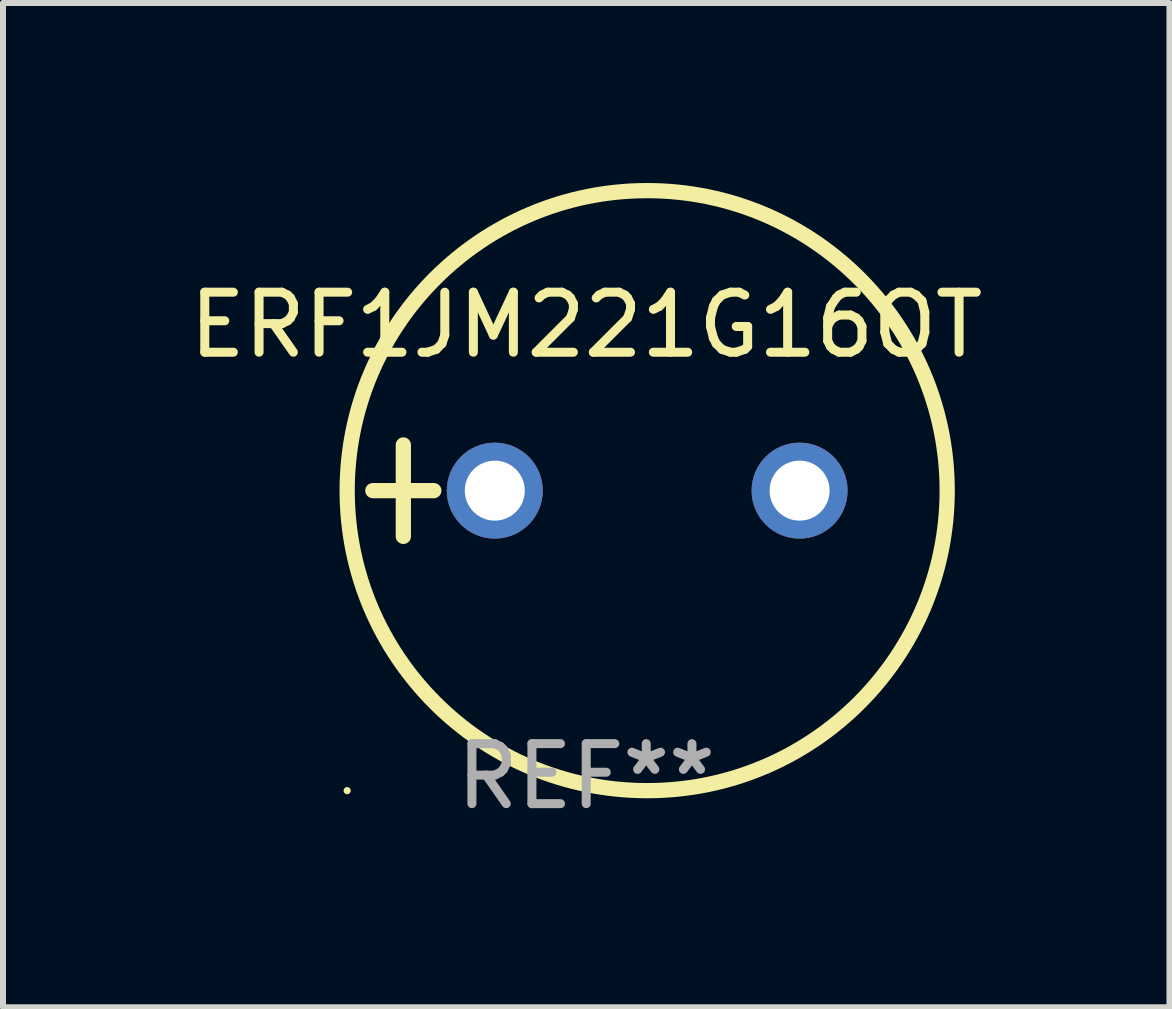
<source format=kicad_pcb>
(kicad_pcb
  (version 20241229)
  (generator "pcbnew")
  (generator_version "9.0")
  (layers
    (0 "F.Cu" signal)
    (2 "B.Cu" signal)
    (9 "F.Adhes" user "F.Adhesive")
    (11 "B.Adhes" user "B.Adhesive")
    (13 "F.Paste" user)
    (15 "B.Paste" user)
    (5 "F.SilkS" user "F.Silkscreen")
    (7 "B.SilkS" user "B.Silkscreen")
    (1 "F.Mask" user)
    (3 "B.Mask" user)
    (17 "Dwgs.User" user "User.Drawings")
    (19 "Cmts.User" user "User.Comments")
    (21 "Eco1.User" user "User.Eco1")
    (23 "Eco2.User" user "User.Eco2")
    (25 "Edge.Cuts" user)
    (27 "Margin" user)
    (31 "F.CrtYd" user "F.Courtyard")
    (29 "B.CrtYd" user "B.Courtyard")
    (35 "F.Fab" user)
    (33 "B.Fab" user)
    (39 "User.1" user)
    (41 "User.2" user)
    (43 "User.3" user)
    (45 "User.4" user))
  (footprint "ERF1JM221G16OT"
    (layer "F.Cu")
    (at 6.72 5.127)
    (property "Reference" "ERF1JM221G16OT" (at 0 -2.762 0) (layer "F.SilkS") (effects (font (size 1 1) (thickness 0.15))))
    (attr through_hole)
    (fp_line (start -3.556 0) (end -2.54 0) (stroke (width 0.254) (type solid)) (layer "F.SilkS"))
    (fp_line (start -3.048 -0.762) (end -3.048 0.762) (stroke (width 0.254) (type solid)) (layer "F.SilkS"))
    (fp_circle (center -3.984 5) (end -3.954 5) (stroke (width 0.06) (type solid)) (fill no) (layer "F.SilkS"))
    (fp_circle (center 1.016 0) (end 6.016 0) (stroke (width 0.254) (type solid)) (fill no) (layer "F.SilkS"))
    (fp_text user "REF**" (at 0 4.762 0) (layer "F.Fab") (effects (font (size 1 1) (thickness 0.15))))
    (pad "1" thru_hole circle (at -1.524 0) (size 1.6 1.6) (drill 1) (layers "*.Cu" "*.Mask"))
    (pad "2" thru_hole circle (at 3.556 0) (size 1.6 1.6) (drill 1) (layers "*.Cu" "*.Mask")))
  (gr_rect
    (start -3 -3)
    (end 16.44 13.737)
    (stroke (width 0.1) (type default))
    (fill no)
    (layer "Edge.Cuts")))
</source>
